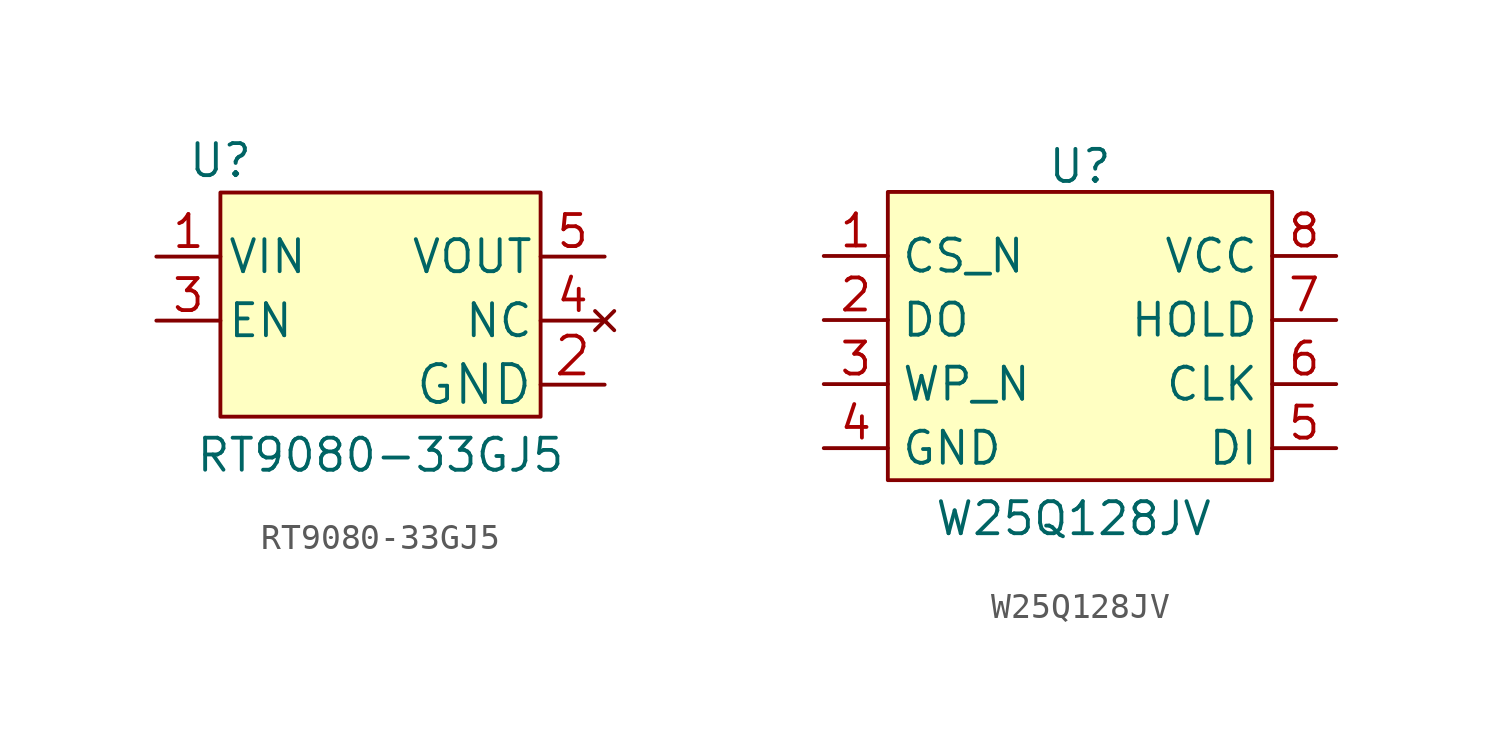
<source format=kicad_sym>
(kicad_symbol_lib
  (version 20231120)
  (generator "kicad_symbol_editor")
  (generator_version "8.0")
  (symbol "RT9080-33GJ5"
    (pin_names
      (offset 0.254))
    (property "Reference" "U"
      (at -6.35 5.08 0)
      (effects (font (size 1.27 1.27))))
    (property "Value" "RT9080-33GJ5"
      (at 0 -6.604 0)
      (effects (font (size 1.27 1.27))))
    (property "Datasheet" ""
      (at -8.89 1.27 0)
      (effects (font (size 1.524 1.524))))
    (property "ki_locked" ""
      (at 0 0 0)
      (effects (font (size 1.27 1.27))))
    (symbol "RT9080-33GJ5_1_1"
      (rectangle (start -6.35 3.81) (end 6.35 -5.08) (stroke (width 0.152) (type default)) (fill (type background)))
      (pin power_in line (at -8.89 1.27 0) (length 2.54) (name "VIN" (effects (font (size 1.27 1.27)))) (number "1" (effects (font (size 1.27 1.27)))))
      (pin power_in line (at 8.89 -3.81 180) (length 2.54) (name "GND" (effects (font (size 1.499 1.499)))) (number "2" (effects (font (size 1.499 1.499)))))
      (pin input line (at -8.89 -1.27 0) (length 2.54) (name "EN" (effects (font (size 1.27 1.27)))) (number "3" (effects (font (size 1.27 1.27)))))
      (pin no_connect line (at 8.89 -1.27 180) (length 2.54) (name "NC" (effects (font (size 1.27 1.27)))) (number "4" (effects (font (size 1.27 1.27)))))
      (pin output line (at 8.89 1.27 180) (length 2.54) (name "VOUT" (effects (font (size 1.27 1.27)))) (number "5" (effects (font (size 1.27 1.27)))))))
  (symbol "W25Q128JV"
    (property "Reference" "U"
      (at 0 6.096 0)
      (effects (font (size 1.27 1.27))))
    (property "Value" "W25Q128JV"
      (at -0.254 -7.874 0)
      (effects (font (size 1.27 1.27))))
    (symbol "W25Q128JV_0_1"
      (rectangle (start -7.62 5.08) (end 7.62 -6.35) (stroke (width 0.152) (type default)) (fill (type background))))
    (symbol "W25Q128JV_1_0"
      (pin input line (at -10.16 2.54 0) (length 2.54) (name "CS_N" (effects (font (size 1.27 1.27)))) (number "1" (effects (font (size 1.27 1.27)))))
      (pin output line (at -10.16 0 0) (length 2.54) (name "DO" (effects (font (size 1.27 1.27)))) (number "2" (effects (font (size 1.27 1.27)))))
      (pin input line (at -10.16 -2.54 0) (length 2.54) (name "WP_N" (effects (font (size 1.27 1.27)))) (number "3" (effects (font (size 1.27 1.27)))))
      (pin power_in line (at -10.16 -5.08 0) (length 2.54) (name "GND" (effects (font (size 1.27 1.27)))) (number "4" (effects (font (size 1.27 1.27)))))
      (pin input line (at 10.16 -5.08 180) (length 2.54) (name "DI" (effects (font (size 1.27 1.27)))) (number "5" (effects (font (size 1.27 1.27)))))
      (pin input line (at 10.16 -2.54 180) (length 2.54) (name "CLK" (effects (font (size 1.27 1.27)))) (number "6" (effects (font (size 1.27 1.27)))))
      (pin input line (at 10.16 0 180) (length 2.54) (name "HOLD" (effects (font (size 1.27 1.27)))) (number "7" (effects (font (size 1.27 1.27)))))
      (pin power_in line (at 10.16 2.54 180) (length 2.54) (name "VCC" (effects (font (size 1.27 1.27)))) (number "8" (effects (font (size 1.27 1.27))))))))
</source>
